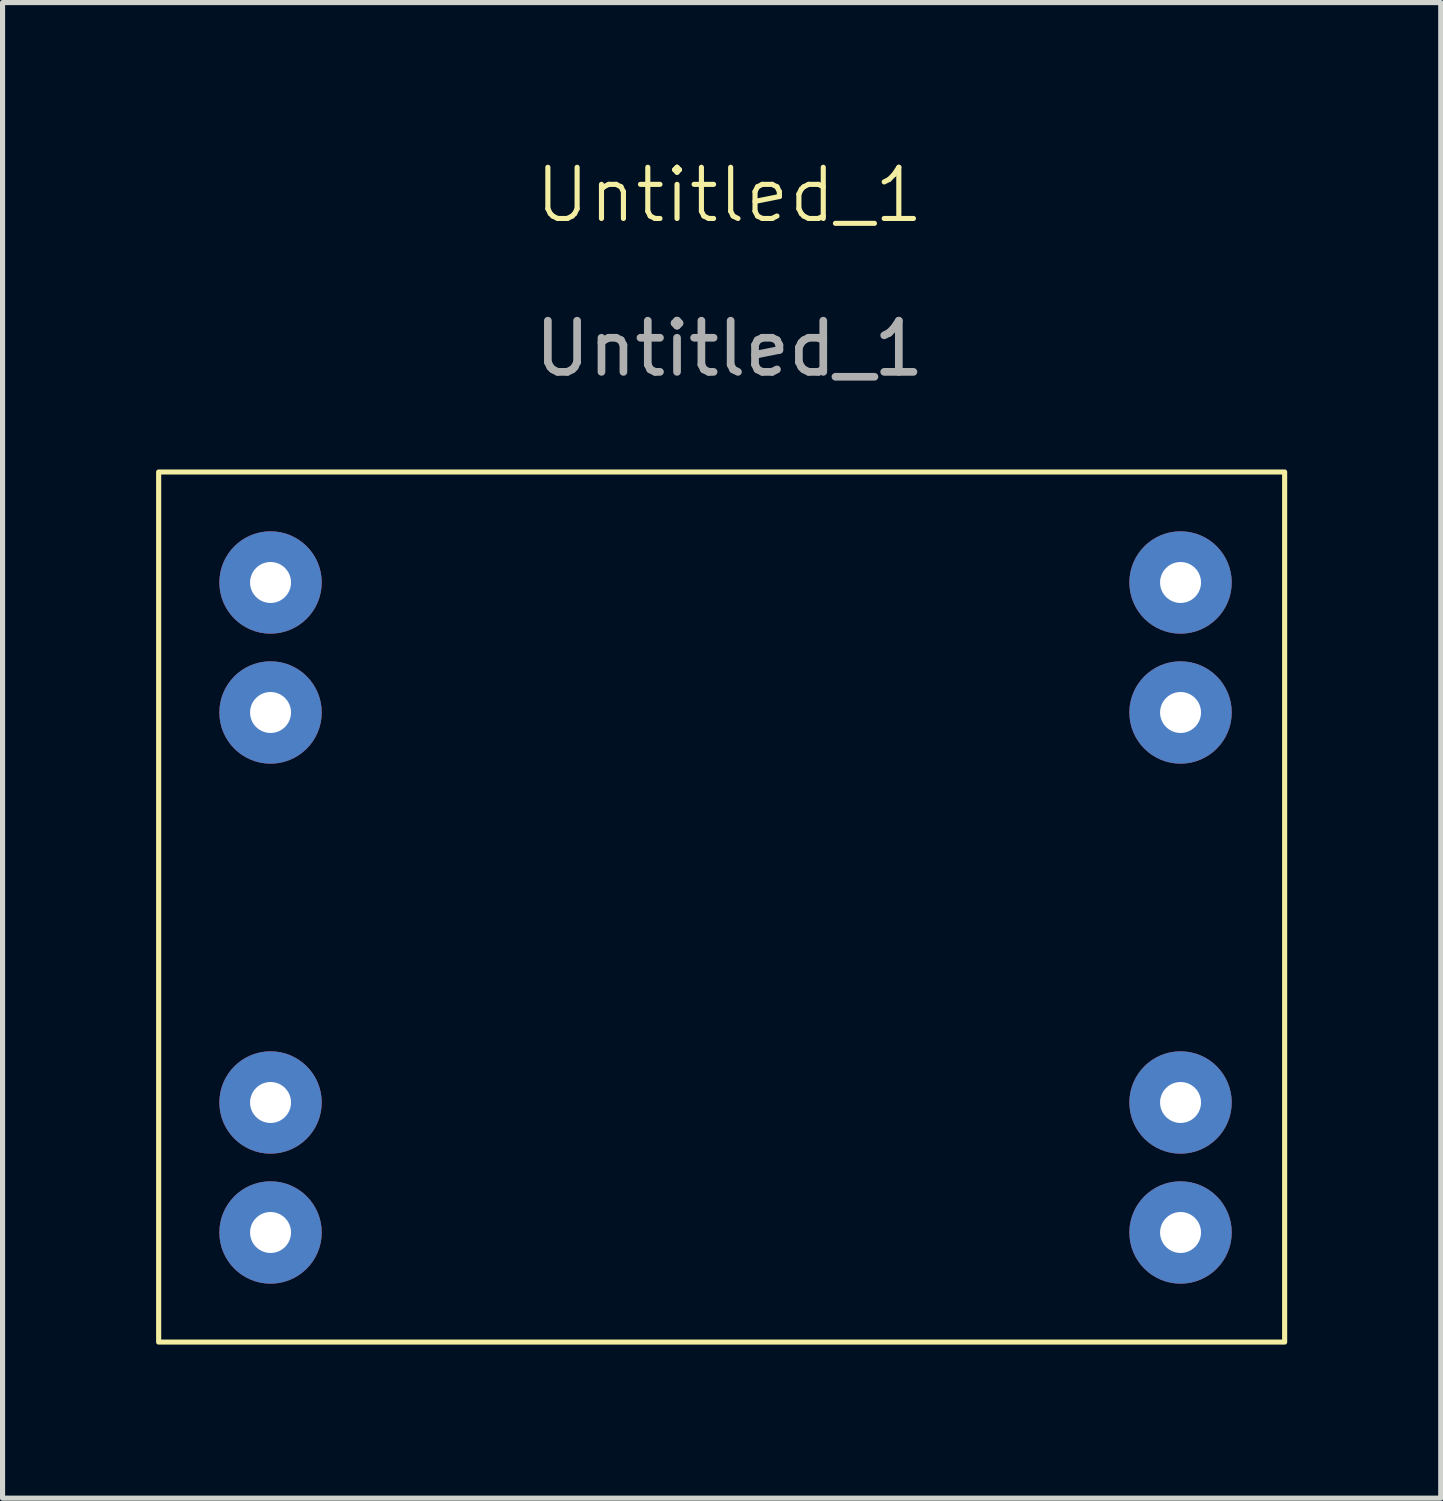
<source format=kicad_pcb>
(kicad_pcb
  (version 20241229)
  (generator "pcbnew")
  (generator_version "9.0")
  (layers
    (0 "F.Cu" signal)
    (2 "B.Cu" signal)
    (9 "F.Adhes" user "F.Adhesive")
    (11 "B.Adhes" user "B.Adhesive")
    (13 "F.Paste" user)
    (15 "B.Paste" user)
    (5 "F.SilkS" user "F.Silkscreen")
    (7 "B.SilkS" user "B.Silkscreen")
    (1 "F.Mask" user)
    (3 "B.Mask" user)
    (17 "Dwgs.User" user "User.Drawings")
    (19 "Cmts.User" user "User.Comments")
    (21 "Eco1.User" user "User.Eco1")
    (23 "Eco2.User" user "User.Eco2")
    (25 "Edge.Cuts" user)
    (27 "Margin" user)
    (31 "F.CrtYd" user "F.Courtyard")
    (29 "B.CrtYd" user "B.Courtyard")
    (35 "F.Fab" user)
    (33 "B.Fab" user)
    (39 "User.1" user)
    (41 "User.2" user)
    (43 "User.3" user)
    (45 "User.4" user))
  (footprint "Untitled_1"
    (layer "F.Cu")
    (at 11.126 6.223)
    (property "Reference" "Untitled_1" (at 0.076 -5.462 0) (unlocked yes) (layer "F.SilkS") (effects (font (size 1 1) (thickness 0.1))))
    (attr smd)
    (fp_rect (start -11.076 -0.051) (end 10.924 16.949) (stroke (width 0.1) (type default)) (fill no) (layer "F.SilkS"))
    (fp_text user "${REFERENCE}" (at 0.076 -2.462 0) (unlocked yes) (layer "F.Fab") (effects (font (size 1 1) (thickness 0.15))))
    (pad "1" thru_hole circle (at -8.89 12.268) (size 2 2) (drill 0.8) (layers "*.Cu" "*.Mask"))
    (pad "1" thru_hole circle (at -8.89 14.808) (size 2 2) (drill 0.8) (layers "*.Cu" "*.Mask"))
    (pad "2" thru_hole circle (at -8.89 2.108) (size 2 2) (drill 0.8) (layers "*.Cu" "*.Mask"))
    (pad "2" thru_hole circle (at -8.89 4.648) (size 2 2) (drill 0.8) (layers "*.Cu" "*.Mask"))
    (pad "3" thru_hole circle (at 8.89 12.268) (size 2 2) (drill 0.8) (layers "*.Cu" "F.Mask" "F.Paste"))
    (pad "3" thru_hole circle (at 8.89 14.808) (size 2 2) (drill 0.8) (layers "*.Cu" "F.Mask" "F.Paste"))
    (pad "4" thru_hole circle (at 8.89 2.108) (size 2 2) (drill 0.8) (layers "*.Cu" "F.Mask" "F.Paste"))
    (pad "4" thru_hole circle (at 8.89 4.648) (size 2 2) (drill 0.8) (layers "*.Cu" "F.Mask" "F.Paste")))
  (gr_rect
    (start -3 -3)
    (end 25.1 26.222)
    (stroke (width 0.1) (type default))
    (fill no)
    (layer "Edge.Cuts")))
</source>
